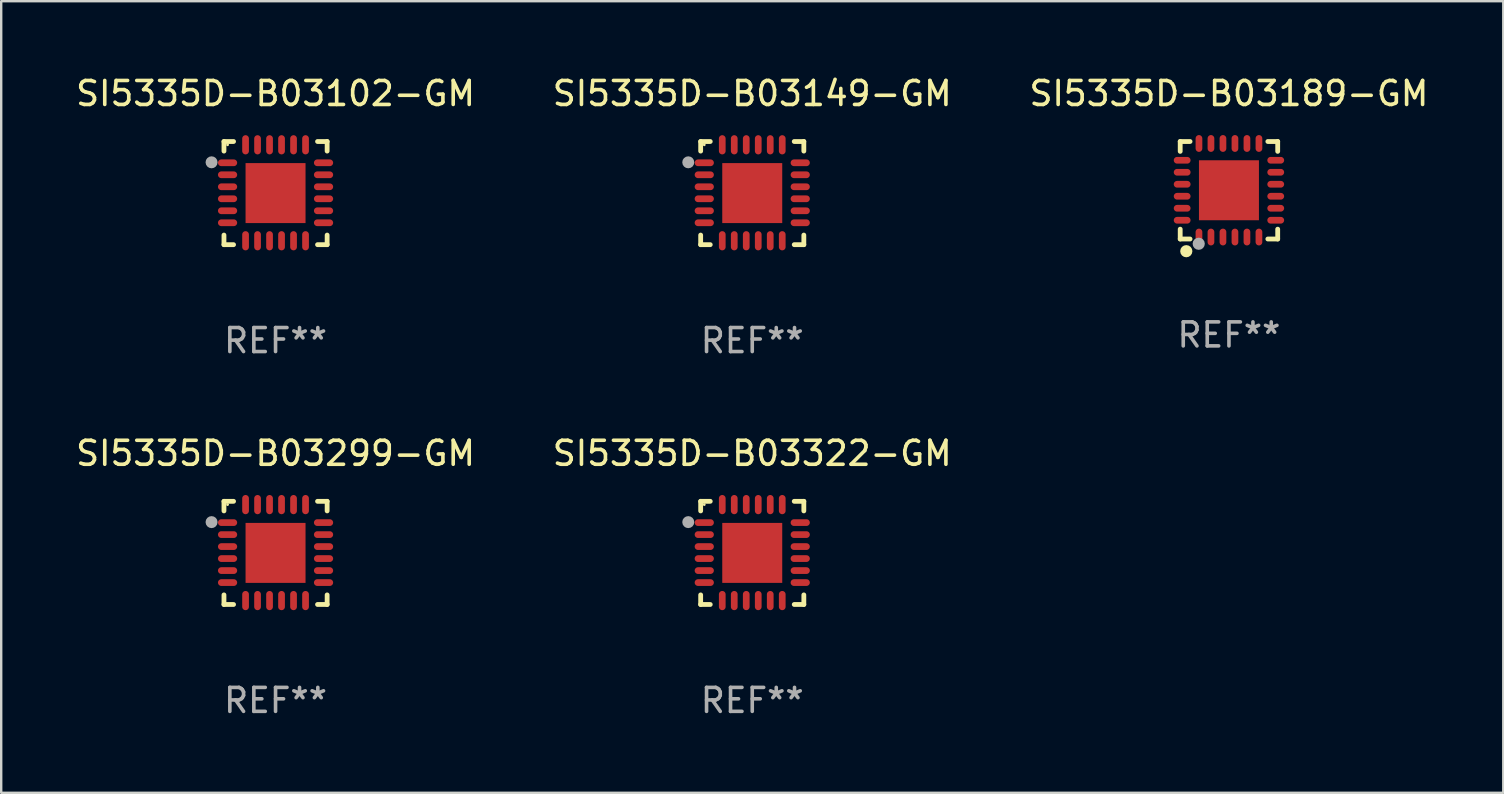
<source format=kicad_pcb>
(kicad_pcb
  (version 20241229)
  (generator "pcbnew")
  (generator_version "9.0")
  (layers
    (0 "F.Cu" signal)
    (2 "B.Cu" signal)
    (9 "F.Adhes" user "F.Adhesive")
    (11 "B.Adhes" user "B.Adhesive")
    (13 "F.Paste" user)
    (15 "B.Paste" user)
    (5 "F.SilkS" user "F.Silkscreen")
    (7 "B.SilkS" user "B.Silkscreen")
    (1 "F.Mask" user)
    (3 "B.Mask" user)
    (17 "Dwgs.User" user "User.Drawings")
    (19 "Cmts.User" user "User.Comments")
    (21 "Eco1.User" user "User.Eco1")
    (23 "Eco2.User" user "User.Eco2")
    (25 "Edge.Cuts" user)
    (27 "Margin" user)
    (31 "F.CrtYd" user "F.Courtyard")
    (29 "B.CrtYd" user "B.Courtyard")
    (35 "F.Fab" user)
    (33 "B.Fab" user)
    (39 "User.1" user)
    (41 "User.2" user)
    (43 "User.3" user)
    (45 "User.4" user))
  (footprint "SI5335D-B03189-GM"
    (layer "F.Cu")
    (at 48.173 4.88)
    (property "Reference" "SI5335D-B03189-GM" (at 0 -4.032 0) (layer "F.SilkS") (effects (font (size 1 1) (thickness 0.15))))
    (attr through_hole)
    (fp_line (start -2.032 -2.032) (end -1.621 -2.032) (stroke (width 0.2) (type solid)) (layer "F.SilkS"))
    (fp_line (start -2.032 -1.621) (end -2.032 -2.032) (stroke (width 0.2) (type solid)) (layer "F.SilkS"))
    (fp_line (start -2.032 2.032) (end -2.032 1.621) (stroke (width 0.2) (type solid)) (layer "F.SilkS"))
    (fp_line (start -1.621 2.032) (end -2.032 2.032) (stroke (width 0.2) (type solid)) (layer "F.SilkS"))
    (fp_line (start 1.621 -2.032) (end 2.032 -2.032) (stroke (width 0.2) (type solid)) (layer "F.SilkS"))
    (fp_line (start 2.032 -2.032) (end 2.032 -1.621) (stroke (width 0.2) (type solid)) (layer "F.SilkS"))
    (fp_line (start 2.032 1.621) (end 2.032 2.032) (stroke (width 0.2) (type solid)) (layer "F.SilkS"))
    (fp_line (start 2.032 2.032) (end 1.621 2.032) (stroke (width 0.2) (type solid)) (layer "F.SilkS"))
    (fp_circle (center -2 2) (end -1.97 2) (stroke (width 0.06) (type solid)) (fill no) (layer "F.SilkS"))
    (fp_circle (center -1.778 2.54) (end -1.651 2.54) (stroke (width 0.254) (type solid)) (fill no) (layer "F.SilkS"))
    (fp_circle (center -1.26 2.23) (end -1.133 2.23) (stroke (width 0.254) (type solid)) (fill no) (layer "F.Fab"))
    (fp_text user "REF**" (at 0 6.032 0) (layer "F.Fab") (effects (font (size 1 1) (thickness 0.15))))
    (pad "1" smd oval (at -1.25 1.95 180) (size 0.28 0.7) (layers "F.Cu" "F.Mask" "F.Paste"))
    (pad "2" smd oval (at -0.75 1.95 180) (size 0.28 0.7) (layers "F.Cu" "F.Mask" "F.Paste"))
    (pad "3" smd oval (at -0.25 1.95 180) (size 0.28 0.7) (layers "F.Cu" "F.Mask" "F.Paste"))
    (pad "4" smd oval (at 0.25 1.95 180) (size 0.28 0.7) (layers "F.Cu" "F.Mask" "F.Paste"))
    (pad "5" smd oval (at 0.75 1.95 180) (size 0.28 0.7) (layers "F.Cu" "F.Mask" "F.Paste"))
    (pad "6" smd oval (at 1.25 1.95 180) (size 0.28 0.7) (layers "F.Cu" "F.Mask" "F.Paste"))
    (pad "7" smd oval (at 1.95 1.25 270) (size 0.28 0.7) (layers "F.Cu" "F.Mask" "F.Paste"))
    (pad "8" smd oval (at 1.95 0.75 270) (size 0.28 0.7) (layers "F.Cu" "F.Mask" "F.Paste"))
    (pad "9" smd oval (at 1.95 0.25 270) (size 0.28 0.7) (layers "F.Cu" "F.Mask" "F.Paste"))
    (pad "10" smd oval (at 1.95 -0.25 270) (size 0.28 0.7) (layers "F.Cu" "F.Mask" "F.Paste"))
    (pad "11" smd oval (at 1.95 -0.75 270) (size 0.28 0.7) (layers "F.Cu" "F.Mask" "F.Paste"))
    (pad "12" smd oval (at 1.95 -1.25 270) (size 0.28 0.7) (layers "F.Cu" "F.Mask" "F.Paste"))
    (pad "13" smd oval (at 1.25 -1.95) (size 0.28 0.7) (layers "F.Cu" "F.Mask" "F.Paste"))
    (pad "14" smd oval (at 0.75 -1.95) (size 0.28 0.7) (layers "F.Cu" "F.Mask" "F.Paste"))
    (pad "15" smd oval (at 0.25 -1.95) (size 0.28 0.7) (layers "F.Cu" "F.Mask" "F.Paste"))
    (pad "16" smd oval (at -0.25 -1.95) (size 0.28 0.7) (layers "F.Cu" "F.Mask" "F.Paste"))
    (pad "17" smd oval (at -0.75 -1.95) (size 0.28 0.7) (layers "F.Cu" "F.Mask" "F.Paste"))
    (pad "18" smd oval (at -1.25 -1.95) (size 0.28 0.7) (layers "F.Cu" "F.Mask" "F.Paste"))
    (pad "19" smd oval (at -1.95 -1.25 90) (size 0.28 0.7) (layers "F.Cu" "F.Mask" "F.Paste"))
    (pad "20" smd oval (at -1.95 -0.75 90) (size 0.28 0.7) (layers "F.Cu" "F.Mask" "F.Paste"))
    (pad "21" smd oval (at -1.95 -0.25 90) (size 0.28 0.7) (layers "F.Cu" "F.Mask" "F.Paste"))
    (pad "22" smd oval (at -1.95 0.25 90) (size 0.28 0.7) (layers "F.Cu" "F.Mask" "F.Paste"))
    (pad "23" smd oval (at -1.95 0.75 90) (size 0.28 0.7) (layers "F.Cu" "F.Mask" "F.Paste"))
    (pad "24" smd oval (at -1.95 1.25 90) (size 0.28 0.7) (layers "F.Cu" "F.Mask" "F.Paste"))
    (pad "25" smd rect (at -0.000178 0.000025 90) (size 2.5 2.5) (layers "F.Cu" "F.Mask" "F.Paste")))
  (footprint "SI5335D-B03299-GM"
    (layer "F.Cu")
    (at 8.435 19.995)
    (property "Reference" "SI5335D-B03299-GM" (at 0 -4.15 0) (layer "F.SilkS") (effects (font (size 1 1) (thickness 0.15))))
    (attr through_hole)
    (fp_line (start -2.15 -2.15) (end -1.75 -2.15) (stroke (width 0.2) (type solid)) (layer "F.SilkS"))
    (fp_line (start -2.15 -1.75) (end -2.15 -2.15) (stroke (width 0.2) (type solid)) (layer "F.SilkS"))
    (fp_line (start -2.15 2.15) (end -2.15 1.75) (stroke (width 0.2) (type solid)) (layer "F.SilkS"))
    (fp_line (start -1.75 2.15) (end -2.15 2.15) (stroke (width 0.2) (type solid)) (layer "F.SilkS"))
    (fp_line (start 1.75 -2.15) (end 2.15 -2.15) (stroke (width 0.2) (type solid)) (layer "F.SilkS"))
    (fp_line (start 1.75 2.15) (end 2.15 2.15) (stroke (width 0.2) (type solid)) (layer "F.SilkS"))
    (fp_line (start 2.15 -2.15) (end 2.15 -1.75) (stroke (width 0.2) (type solid)) (layer "F.SilkS"))
    (fp_line (start 2.15 2.15) (end 2.15 1.75) (stroke (width 0.2) (type solid)) (layer "F.SilkS"))
    (fp_circle (center -2 -2.013) (end -1.97 -2.013) (stroke (width 0.06) (type solid)) (fill no) (layer "F.SilkS"))
    (fp_circle (center -2.667 -1.283) (end -2.542 -1.283) (stroke (width 0.25) (type solid)) (fill no) (layer "F.Fab"))
    (fp_text user "REF**" (at 0 6.15 0) (layer "F.Fab") (effects (font (size 1 1) (thickness 0.15))))
    (pad "1" smd oval (at -2 -1.263) (size 0.8 0.28) (layers "F.Cu" "F.Mask" "F.Paste"))
    (pad "2" smd oval (at -2 -0.763) (size 0.8 0.28) (layers "F.Cu" "F.Mask" "F.Paste"))
    (pad "3" smd oval (at -2 -0.263) (size 0.8 0.28) (layers "F.Cu" "F.Mask" "F.Paste"))
    (pad "4" smd oval (at -2 0.237) (size 0.8 0.28) (layers "F.Cu" "F.Mask" "F.Paste"))
    (pad "5" smd oval (at -2 0.737) (size 0.8 0.28) (layers "F.Cu" "F.Mask" "F.Paste"))
    (pad "6" smd oval (at -2 1.237) (size 0.8 0.28) (layers "F.Cu" "F.Mask" "F.Paste"))
    (pad "7" smd oval (at -1.25 1.987) (size 0.28 0.8) (layers "F.Cu" "F.Mask" "F.Paste"))
    (pad "8" smd oval (at -0.75 1.987) (size 0.28 0.8) (layers "F.Cu" "F.Mask" "F.Paste"))
    (pad "9" smd oval (at -0.25 1.987) (size 0.28 0.8) (layers "F.Cu" "F.Mask" "F.Paste"))
    (pad "10" smd oval (at 0.25 1.987) (size 0.28 0.8) (layers "F.Cu" "F.Mask" "F.Paste"))
    (pad "11" smd oval (at 0.75 1.987) (size 0.28 0.8) (layers "F.Cu" "F.Mask" "F.Paste"))
    (pad "12" smd oval (at 1.25 1.987) (size 0.28 0.8) (layers "F.Cu" "F.Mask" "F.Paste"))
    (pad "13" smd oval (at 2 1.237) (size 0.8 0.28) (layers "F.Cu" "F.Mask" "F.Paste"))
    (pad "14" smd oval (at 2 0.737) (size 0.8 0.28) (layers "F.Cu" "F.Mask" "F.Paste"))
    (pad "15" smd oval (at 2 0.237) (size 0.8 0.28) (layers "F.Cu" "F.Mask" "F.Paste"))
    (pad "16" smd oval (at 2 -0.263) (size 0.8 0.28) (layers "F.Cu" "F.Mask" "F.Paste"))
    (pad "17" smd oval (at 2 -0.763) (size 0.8 0.28) (layers "F.Cu" "F.Mask" "F.Paste"))
    (pad "18" smd oval (at 2 -1.263) (size 0.8 0.28) (layers "F.Cu" "F.Mask" "F.Paste"))
    (pad "19" smd oval (at 1.25 -2.013) (size 0.28 0.8) (layers "F.Cu" "F.Mask" "F.Paste"))
    (pad "20" smd oval (at 0.75 -2.013) (size 0.28 0.8) (layers "F.Cu" "F.Mask" "F.Paste"))
    (pad "21" smd oval (at 0.25 -2.013) (size 0.28 0.8) (layers "F.Cu" "F.Mask" "F.Paste"))
    (pad "22" smd oval (at -0.25 -2.013) (size 0.28 0.8) (layers "F.Cu" "F.Mask" "F.Paste"))
    (pad "23" smd oval (at -0.75 -2.013) (size 0.28 0.8) (layers "F.Cu" "F.Mask" "F.Paste"))
    (pad "24" smd oval (at -1.25 -2.013) (size 0.28 0.8) (layers "F.Cu" "F.Mask" "F.Paste"))
    (pad "25" smd rect (at -0.000127 -0.00014) (size 2.5 2.5) (layers "F.Cu" "F.Mask" "F.Paste")))
  (footprint "SI5335D-B03149-GM"
    (layer "F.Cu")
    (at 28.304 4.998)
    (property "Reference" "SI5335D-B03149-GM" (at 0 -4.15 0) (layer "F.SilkS") (effects (font (size 1 1) (thickness 0.15))))
    (attr through_hole)
    (fp_line (start -2.15 -2.15) (end -1.75 -2.15) (stroke (width 0.2) (type solid)) (layer "F.SilkS"))
    (fp_line (start -2.15 -1.75) (end -2.15 -2.15) (stroke (width 0.2) (type solid)) (layer "F.SilkS"))
    (fp_line (start -2.15 2.15) (end -2.15 1.75) (stroke (width 0.2) (type solid)) (layer "F.SilkS"))
    (fp_line (start -1.75 2.15) (end -2.15 2.15) (stroke (width 0.2) (type solid)) (layer "F.SilkS"))
    (fp_line (start 1.75 -2.15) (end 2.15 -2.15) (stroke (width 0.2) (type solid)) (layer "F.SilkS"))
    (fp_line (start 1.75 2.15) (end 2.15 2.15) (stroke (width 0.2) (type solid)) (layer "F.SilkS"))
    (fp_line (start 2.15 -2.15) (end 2.15 -1.75) (stroke (width 0.2) (type solid)) (layer "F.SilkS"))
    (fp_line (start 2.15 2.15) (end 2.15 1.75) (stroke (width 0.2) (type solid)) (layer "F.SilkS"))
    (fp_circle (center -2 -2.013) (end -1.97 -2.013) (stroke (width 0.06) (type solid)) (fill no) (layer "F.SilkS"))
    (fp_circle (center -2.667 -1.283) (end -2.542 -1.283) (stroke (width 0.25) (type solid)) (fill no) (layer "F.Fab"))
    (fp_text user "REF**" (at 0 6.15 0) (layer "F.Fab") (effects (font (size 1 1) (thickness 0.15))))
    (pad "1" smd oval (at -2 -1.263) (size 0.8 0.28) (layers "F.Cu" "F.Mask" "F.Paste"))
    (pad "2" smd oval (at -2 -0.763) (size 0.8 0.28) (layers "F.Cu" "F.Mask" "F.Paste"))
    (pad "3" smd oval (at -2 -0.263) (size 0.8 0.28) (layers "F.Cu" "F.Mask" "F.Paste"))
    (pad "4" smd oval (at -2 0.237) (size 0.8 0.28) (layers "F.Cu" "F.Mask" "F.Paste"))
    (pad "5" smd oval (at -2 0.737) (size 0.8 0.28) (layers "F.Cu" "F.Mask" "F.Paste"))
    (pad "6" smd oval (at -2 1.237) (size 0.8 0.28) (layers "F.Cu" "F.Mask" "F.Paste"))
    (pad "7" smd oval (at -1.25 1.987) (size 0.28 0.8) (layers "F.Cu" "F.Mask" "F.Paste"))
    (pad "8" smd oval (at -0.75 1.987) (size 0.28 0.8) (layers "F.Cu" "F.Mask" "F.Paste"))
    (pad "9" smd oval (at -0.25 1.987) (size 0.28 0.8) (layers "F.Cu" "F.Mask" "F.Paste"))
    (pad "10" smd oval (at 0.25 1.987) (size 0.28 0.8) (layers "F.Cu" "F.Mask" "F.Paste"))
    (pad "11" smd oval (at 0.75 1.987) (size 0.28 0.8) (layers "F.Cu" "F.Mask" "F.Paste"))
    (pad "12" smd oval (at 1.25 1.987) (size 0.28 0.8) (layers "F.Cu" "F.Mask" "F.Paste"))
    (pad "13" smd oval (at 2 1.237) (size 0.8 0.28) (layers "F.Cu" "F.Mask" "F.Paste"))
    (pad "14" smd oval (at 2 0.737) (size 0.8 0.28) (layers "F.Cu" "F.Mask" "F.Paste"))
    (pad "15" smd oval (at 2 0.237) (size 0.8 0.28) (layers "F.Cu" "F.Mask" "F.Paste"))
    (pad "16" smd oval (at 2 -0.263) (size 0.8 0.28) (layers "F.Cu" "F.Mask" "F.Paste"))
    (pad "17" smd oval (at 2 -0.763) (size 0.8 0.28) (layers "F.Cu" "F.Mask" "F.Paste"))
    (pad "18" smd oval (at 2 -1.263) (size 0.8 0.28) (layers "F.Cu" "F.Mask" "F.Paste"))
    (pad "19" smd oval (at 1.25 -2.013) (size 0.28 0.8) (layers "F.Cu" "F.Mask" "F.Paste"))
    (pad "20" smd oval (at 0.75 -2.013) (size 0.28 0.8) (layers "F.Cu" "F.Mask" "F.Paste"))
    (pad "21" smd oval (at 0.25 -2.013) (size 0.28 0.8) (layers "F.Cu" "F.Mask" "F.Paste"))
    (pad "22" smd oval (at -0.25 -2.013) (size 0.28 0.8) (layers "F.Cu" "F.Mask" "F.Paste"))
    (pad "23" smd oval (at -0.75 -2.013) (size 0.28 0.8) (layers "F.Cu" "F.Mask" "F.Paste"))
    (pad "24" smd oval (at -1.25 -2.013) (size 0.28 0.8) (layers "F.Cu" "F.Mask" "F.Paste"))
    (pad "25" smd rect (at -0.000127 -0.00014) (size 2.5 2.5) (layers "F.Cu" "F.Mask" "F.Paste")))
  (footprint "SI5335D-B03322-GM"
    (layer "F.Cu")
    (at 28.304 19.995)
    (property "Reference" "SI5335D-B03322-GM" (at 0 -4.15 0) (layer "F.SilkS") (effects (font (size 1 1) (thickness 0.15))))
    (attr through_hole)
    (fp_line (start -2.15 -2.15) (end -1.75 -2.15) (stroke (width 0.2) (type solid)) (layer "F.SilkS"))
    (fp_line (start -2.15 -1.75) (end -2.15 -2.15) (stroke (width 0.2) (type solid)) (layer "F.SilkS"))
    (fp_line (start -2.15 2.15) (end -2.15 1.75) (stroke (width 0.2) (type solid)) (layer "F.SilkS"))
    (fp_line (start -1.75 2.15) (end -2.15 2.15) (stroke (width 0.2) (type solid)) (layer "F.SilkS"))
    (fp_line (start 1.75 -2.15) (end 2.15 -2.15) (stroke (width 0.2) (type solid)) (layer "F.SilkS"))
    (fp_line (start 1.75 2.15) (end 2.15 2.15) (stroke (width 0.2) (type solid)) (layer "F.SilkS"))
    (fp_line (start 2.15 -2.15) (end 2.15 -1.75) (stroke (width 0.2) (type solid)) (layer "F.SilkS"))
    (fp_line (start 2.15 2.15) (end 2.15 1.75) (stroke (width 0.2) (type solid)) (layer "F.SilkS"))
    (fp_circle (center -2 -2.013) (end -1.97 -2.013) (stroke (width 0.06) (type solid)) (fill no) (layer "F.SilkS"))
    (fp_circle (center -2.667 -1.283) (end -2.542 -1.283) (stroke (width 0.25) (type solid)) (fill no) (layer "F.Fab"))
    (fp_text user "REF**" (at 0 6.15 0) (layer "F.Fab") (effects (font (size 1 1) (thickness 0.15))))
    (pad "1" smd oval (at -2 -1.263) (size 0.8 0.28) (layers "F.Cu" "F.Mask" "F.Paste"))
    (pad "2" smd oval (at -2 -0.763) (size 0.8 0.28) (layers "F.Cu" "F.Mask" "F.Paste"))
    (pad "3" smd oval (at -2 -0.263) (size 0.8 0.28) (layers "F.Cu" "F.Mask" "F.Paste"))
    (pad "4" smd oval (at -2 0.237) (size 0.8 0.28) (layers "F.Cu" "F.Mask" "F.Paste"))
    (pad "5" smd oval (at -2 0.737) (size 0.8 0.28) (layers "F.Cu" "F.Mask" "F.Paste"))
    (pad "6" smd oval (at -2 1.237) (size 0.8 0.28) (layers "F.Cu" "F.Mask" "F.Paste"))
    (pad "7" smd oval (at -1.25 1.987) (size 0.28 0.8) (layers "F.Cu" "F.Mask" "F.Paste"))
    (pad "8" smd oval (at -0.75 1.987) (size 0.28 0.8) (layers "F.Cu" "F.Mask" "F.Paste"))
    (pad "9" smd oval (at -0.25 1.987) (size 0.28 0.8) (layers "F.Cu" "F.Mask" "F.Paste"))
    (pad "10" smd oval (at 0.25 1.987) (size 0.28 0.8) (layers "F.Cu" "F.Mask" "F.Paste"))
    (pad "11" smd oval (at 0.75 1.987) (size 0.28 0.8) (layers "F.Cu" "F.Mask" "F.Paste"))
    (pad "12" smd oval (at 1.25 1.987) (size 0.28 0.8) (layers "F.Cu" "F.Mask" "F.Paste"))
    (pad "13" smd oval (at 2 1.237) (size 0.8 0.28) (layers "F.Cu" "F.Mask" "F.Paste"))
    (pad "14" smd oval (at 2 0.737) (size 0.8 0.28) (layers "F.Cu" "F.Mask" "F.Paste"))
    (pad "15" smd oval (at 2 0.237) (size 0.8 0.28) (layers "F.Cu" "F.Mask" "F.Paste"))
    (pad "16" smd oval (at 2 -0.263) (size 0.8 0.28) (layers "F.Cu" "F.Mask" "F.Paste"))
    (pad "17" smd oval (at 2 -0.763) (size 0.8 0.28) (layers "F.Cu" "F.Mask" "F.Paste"))
    (pad "18" smd oval (at 2 -1.263) (size 0.8 0.28) (layers "F.Cu" "F.Mask" "F.Paste"))
    (pad "19" smd oval (at 1.25 -2.013) (size 0.28 0.8) (layers "F.Cu" "F.Mask" "F.Paste"))
    (pad "20" smd oval (at 0.75 -2.013) (size 0.28 0.8) (layers "F.Cu" "F.Mask" "F.Paste"))
    (pad "21" smd oval (at 0.25 -2.013) (size 0.28 0.8) (layers "F.Cu" "F.Mask" "F.Paste"))
    (pad "22" smd oval (at -0.25 -2.013) (size 0.28 0.8) (layers "F.Cu" "F.Mask" "F.Paste"))
    (pad "23" smd oval (at -0.75 -2.013) (size 0.28 0.8) (layers "F.Cu" "F.Mask" "F.Paste"))
    (pad "24" smd oval (at -1.25 -2.013) (size 0.28 0.8) (layers "F.Cu" "F.Mask" "F.Paste"))
    (pad "25" smd rect (at -0.000127 -0.00014) (size 2.5 2.5) (layers "F.Cu" "F.Mask" "F.Paste")))
  (footprint "SI5335D-B03102-GM"
    (layer "F.Cu")
    (at 8.435 4.998)
    (property "Reference" "SI5335D-B03102-GM" (at 0 -4.15 0) (layer "F.SilkS") (effects (font (size 1 1) (thickness 0.15))))
    (attr through_hole)
    (fp_line (start -2.15 -2.15) (end -1.75 -2.15) (stroke (width 0.2) (type solid)) (layer "F.SilkS"))
    (fp_line (start -2.15 -1.75) (end -2.15 -2.15) (stroke (width 0.2) (type solid)) (layer "F.SilkS"))
    (fp_line (start -2.15 2.15) (end -2.15 1.75) (stroke (width 0.2) (type solid)) (layer "F.SilkS"))
    (fp_line (start -1.75 2.15) (end -2.15 2.15) (stroke (width 0.2) (type solid)) (layer "F.SilkS"))
    (fp_line (start 1.75 -2.15) (end 2.15 -2.15) (stroke (width 0.2) (type solid)) (layer "F.SilkS"))
    (fp_line (start 1.75 2.15) (end 2.15 2.15) (stroke (width 0.2) (type solid)) (layer "F.SilkS"))
    (fp_line (start 2.15 -2.15) (end 2.15 -1.75) (stroke (width 0.2) (type solid)) (layer "F.SilkS"))
    (fp_line (start 2.15 2.15) (end 2.15 1.75) (stroke (width 0.2) (type solid)) (layer "F.SilkS"))
    (fp_circle (center -2 -2.013) (end -1.97 -2.013) (stroke (width 0.06) (type solid)) (fill no) (layer "F.SilkS"))
    (fp_circle (center -2.667 -1.283) (end -2.542 -1.283) (stroke (width 0.25) (type solid)) (fill no) (layer "F.Fab"))
    (fp_text user "REF**" (at 0 6.15 0) (layer "F.Fab") (effects (font (size 1 1) (thickness 0.15))))
    (pad "1" smd oval (at -2 -1.263) (size 0.8 0.28) (layers "F.Cu" "F.Mask" "F.Paste"))
    (pad "2" smd oval (at -2 -0.763) (size 0.8 0.28) (layers "F.Cu" "F.Mask" "F.Paste"))
    (pad "3" smd oval (at -2 -0.263) (size 0.8 0.28) (layers "F.Cu" "F.Mask" "F.Paste"))
    (pad "4" smd oval (at -2 0.237) (size 0.8 0.28) (layers "F.Cu" "F.Mask" "F.Paste"))
    (pad "5" smd oval (at -2 0.737) (size 0.8 0.28) (layers "F.Cu" "F.Mask" "F.Paste"))
    (pad "6" smd oval (at -2 1.237) (size 0.8 0.28) (layers "F.Cu" "F.Mask" "F.Paste"))
    (pad "7" smd oval (at -1.25 1.987) (size 0.28 0.8) (layers "F.Cu" "F.Mask" "F.Paste"))
    (pad "8" smd oval (at -0.75 1.987) (size 0.28 0.8) (layers "F.Cu" "F.Mask" "F.Paste"))
    (pad "9" smd oval (at -0.25 1.987) (size 0.28 0.8) (layers "F.Cu" "F.Mask" "F.Paste"))
    (pad "10" smd oval (at 0.25 1.987) (size 0.28 0.8) (layers "F.Cu" "F.Mask" "F.Paste"))
    (pad "11" smd oval (at 0.75 1.987) (size 0.28 0.8) (layers "F.Cu" "F.Mask" "F.Paste"))
    (pad "12" smd oval (at 1.25 1.987) (size 0.28 0.8) (layers "F.Cu" "F.Mask" "F.Paste"))
    (pad "13" smd oval (at 2 1.237) (size 0.8 0.28) (layers "F.Cu" "F.Mask" "F.Paste"))
    (pad "14" smd oval (at 2 0.737) (size 0.8 0.28) (layers "F.Cu" "F.Mask" "F.Paste"))
    (pad "15" smd oval (at 2 0.237) (size 0.8 0.28) (layers "F.Cu" "F.Mask" "F.Paste"))
    (pad "16" smd oval (at 2 -0.263) (size 0.8 0.28) (layers "F.Cu" "F.Mask" "F.Paste"))
    (pad "17" smd oval (at 2 -0.763) (size 0.8 0.28) (layers "F.Cu" "F.Mask" "F.Paste"))
    (pad "18" smd oval (at 2 -1.263) (size 0.8 0.28) (layers "F.Cu" "F.Mask" "F.Paste"))
    (pad "19" smd oval (at 1.25 -2.013) (size 0.28 0.8) (layers "F.Cu" "F.Mask" "F.Paste"))
    (pad "20" smd oval (at 0.75 -2.013) (size 0.28 0.8) (layers "F.Cu" "F.Mask" "F.Paste"))
    (pad "21" smd oval (at 0.25 -2.013) (size 0.28 0.8) (layers "F.Cu" "F.Mask" "F.Paste"))
    (pad "22" smd oval (at -0.25 -2.013) (size 0.28 0.8) (layers "F.Cu" "F.Mask" "F.Paste"))
    (pad "23" smd oval (at -0.75 -2.013) (size 0.28 0.8) (layers "F.Cu" "F.Mask" "F.Paste"))
    (pad "24" smd oval (at -1.25 -2.013) (size 0.28 0.8) (layers "F.Cu" "F.Mask" "F.Paste"))
    (pad "25" smd rect (at -0.000127 -0.00014) (size 2.5 2.5) (layers "F.Cu" "F.Mask" "F.Paste")))
  (gr_rect
    (start -3 -3)
    (end 59.607 29.993)
    (stroke (width 0.1) (type default))
    (fill no)
    (layer "Edge.Cuts")))
</source>
